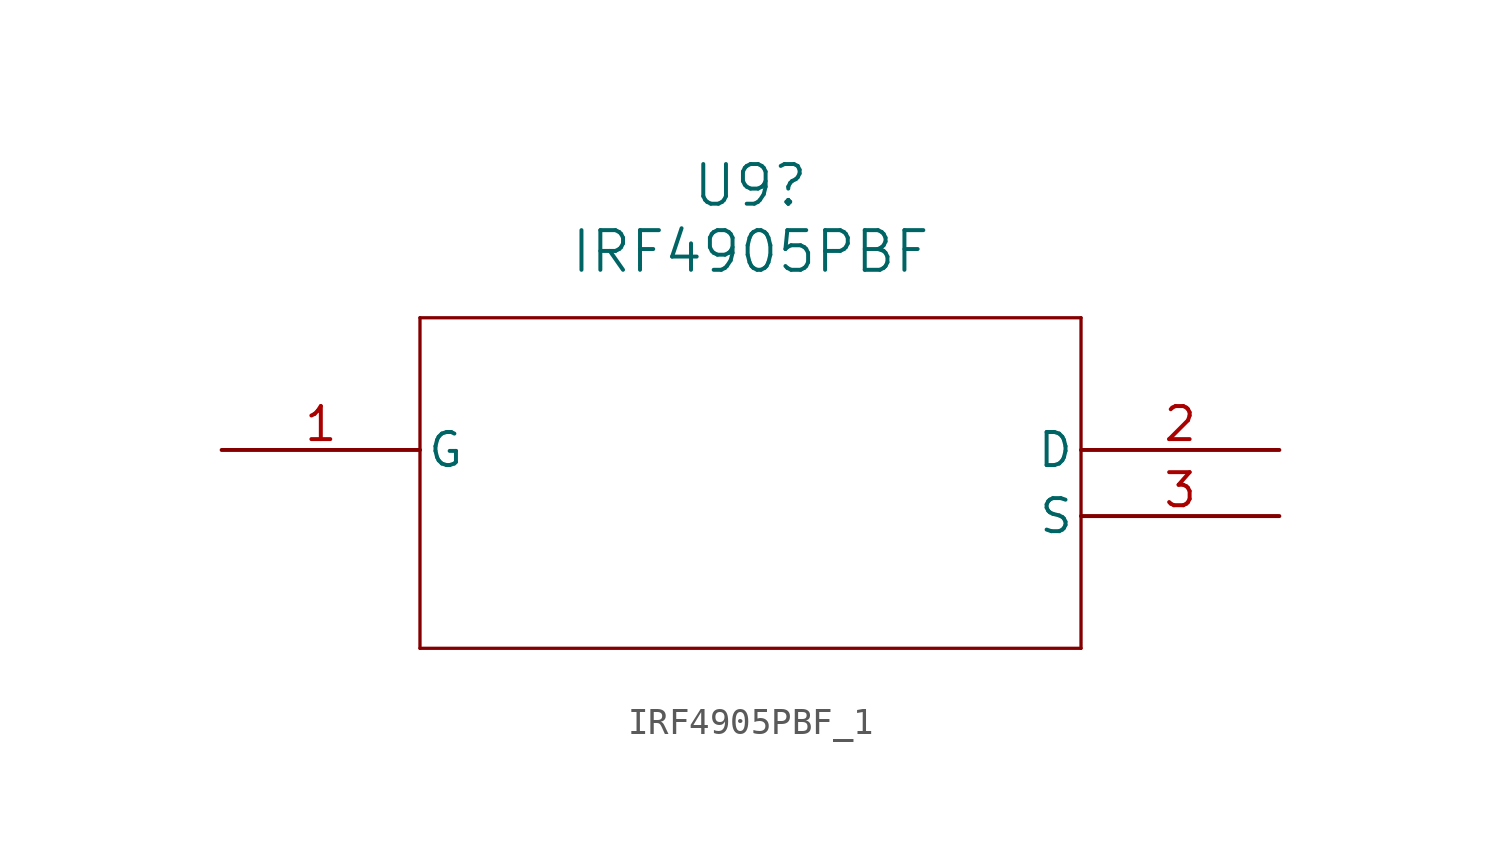
<source format=kicad_sym>
(kicad_symbol_lib
  (version 20220914)
  (generator kicad_symbol_editor)
  (symbol "IRF4905PBF_1"
    (pin_names
      (offset 0.254))
    (property "Reference" "U9"
      (at 20.32 10.16 0)
      (effects (font (size 1.524 1.524))))
    (property "Value" "IRF4905PBF"
      (at 20.32 7.62 0)
      (effects (font (size 1.524 1.524))))
    (property "ki_locked" ""
      (at 0 0 0)
      (effects (font (size 1.27 1.27))))
    (symbol "IRF4905PBF_1_0_1"
      (polyline (pts (xy 7.62 -7.62) (xy 33.02 -7.62)) (stroke (width 0.127) (type default)) (fill (type none)))
      (polyline (pts (xy 7.62 5.08) (xy 7.62 -7.62)) (stroke (width 0.127) (type default)) (fill (type none)))
      (polyline (pts (xy 33.02 -7.62) (xy 33.02 5.08)) (stroke (width 0.127) (type default)) (fill (type none)))
      (polyline (pts (xy 33.02 5.08) (xy 7.62 5.08)) (stroke (width 0.127) (type default)) (fill (type none)))
      (pin unspecified line (at 0 0 0) (length 7.62) (name "G" (effects (font (size 1.27 1.27)))) (number "1" (effects (font (size 1.27 1.27))))))
    (symbol "IRF4905PBF_1_1_1"
      (pin unspecified line (at 40.64 0 180) (length 7.62) (name "D" (effects (font (size 1.27 1.27)))) (number "2" (effects (font (size 1.27 1.27)))))
      (pin unspecified line (at 40.64 -2.54 180) (length 7.62) (name "S" (effects (font (size 1.27 1.27)))) (number "3" (effects (font (size 1.27 1.27))))))))
</source>
